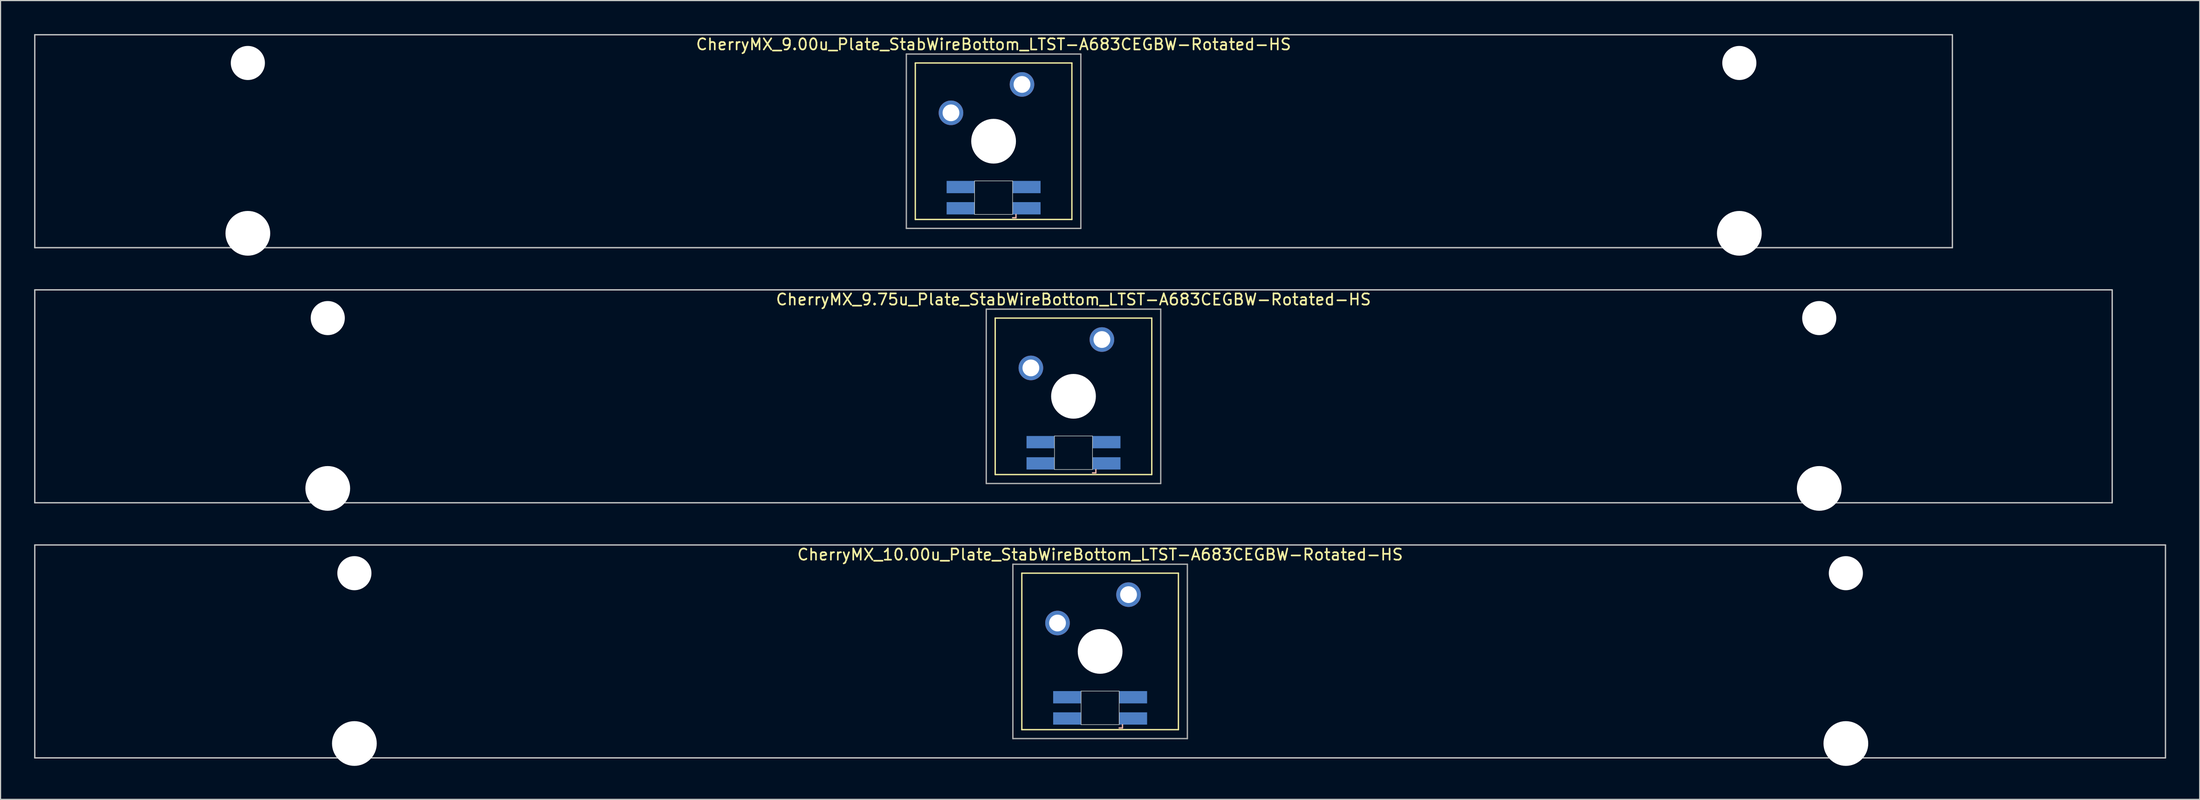
<source format=kicad_pcb>
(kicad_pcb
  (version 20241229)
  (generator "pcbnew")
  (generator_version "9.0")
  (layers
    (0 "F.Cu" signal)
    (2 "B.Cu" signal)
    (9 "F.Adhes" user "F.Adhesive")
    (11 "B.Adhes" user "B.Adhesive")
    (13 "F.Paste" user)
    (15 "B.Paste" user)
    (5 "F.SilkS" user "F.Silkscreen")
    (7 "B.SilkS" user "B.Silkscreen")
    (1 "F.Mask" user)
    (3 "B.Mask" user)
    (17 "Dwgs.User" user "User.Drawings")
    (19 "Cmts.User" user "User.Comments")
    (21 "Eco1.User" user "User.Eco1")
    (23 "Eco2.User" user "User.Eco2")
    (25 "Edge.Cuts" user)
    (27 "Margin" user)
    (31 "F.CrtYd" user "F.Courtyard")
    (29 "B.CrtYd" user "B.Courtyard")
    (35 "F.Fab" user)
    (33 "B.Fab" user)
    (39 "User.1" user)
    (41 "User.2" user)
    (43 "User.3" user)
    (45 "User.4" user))
  (footprint "CherryMX_9.75u_Plate_StabWireBottom_LTST-A683CEGBW-Rotated-HS"
    (layer "F.Cu")
    (at 92.929 32.41)
    (property "Reference" "CherryMX_9.75u_Plate_StabWireBottom_LTST-A683CEGBW-Rotated-HS" (at 0 -8.662 0) (layer "F.SilkS") (effects (font (size 1 1) (thickness 0.15))))
    (attr through_hole)
    (fp_line (start -7 -7) (end -7 7) (stroke (width 0.12) (type solid)) (layer "F.SilkS"))
    (fp_line (start -7 -7) (end 7 -7) (stroke (width 0.12) (type solid)) (layer "F.SilkS"))
    (fp_line (start 7 -7) (end 7 7) (stroke (width 0.12) (type solid)) (layer "F.SilkS"))
    (fp_line (start 7 7) (end -7 7) (stroke (width 0.12) (type solid)) (layer "F.SilkS"))
    (fp_line (start 1.7 6.85) (end 2 6.85) (stroke (width 0.12) (type solid)) (layer "B.SilkS"))
    (fp_line (start 2 6.85) (end 2 6.55) (stroke (width 0.12) (type solid)) (layer "B.SilkS"))
    (fp_line (start -92.869 -9.525) (end 92.869 -9.525) (stroke (width 0.12) (type solid)) (layer "Dwgs.User"))
    (fp_line (start -92.869 9.525) (end -92.869 -9.525) (stroke (width 0.12) (type solid)) (layer "Dwgs.User"))
    (fp_line (start 92.869 -9.525) (end 92.869 9.525) (stroke (width 0.12) (type solid)) (layer "Dwgs.User"))
    (fp_line (start 92.869 9.525) (end -92.869 9.525) (stroke (width 0.12) (type solid)) (layer "Dwgs.User"))
    (fp_line (start -1.7 3.55) (end 1.7 3.55) (stroke (width 0.05) (type solid)) (layer "Edge.Cuts"))
    (fp_line (start -1.7 6.55) (end -1.7 3.55) (stroke (width 0.05) (type solid)) (layer "Edge.Cuts"))
    (fp_line (start 1.7 3.55) (end 1.7 6.55) (stroke (width 0.05) (type solid)) (layer "Edge.Cuts"))
    (fp_line (start 1.7 6.55) (end -1.7 6.55) (stroke (width 0.05) (type solid)) (layer "Edge.Cuts"))
    (fp_line (start -7.8 -7.8) (end -7.8 7.8) (stroke (width 0.12) (type solid)) (layer "F.Fab"))
    (fp_line (start -7.8 -7.8) (end 7.8 -7.8) (stroke (width 0.12) (type solid)) (layer "F.Fab"))
    (fp_line (start -7.8 7.8) (end 7.8 7.8) (stroke (width 0.12) (type solid)) (layer "F.Fab"))
    (fp_line (start 7.8 -7.8) (end 7.8 7.8) (stroke (width 0.12) (type solid)) (layer "F.Fab"))
    (pad "" np_thru_hole circle (at -66.675 -7) (size 3.05 3.05) (drill 3.05) (layers "*.Cu" "*.Mask"))
    (pad "" np_thru_hole circle (at -66.675 8.24) (size 4 4) (drill 4) (layers "*.Cu" "*.Mask"))
    (pad "" np_thru_hole circle (at 0 0) (size 4 4) (drill 4) (layers "*.Cu" "*.Mask"))
    (pad "" np_thru_hole circle (at 66.675 -7) (size 3.05 3.05) (drill 3.05) (layers "*.Cu" "*.Mask"))
    (pad "" np_thru_hole circle (at 66.675 8.24) (size 4 4) (drill 4) (layers "*.Cu" "*.Mask"))
    (pad "1" thru_hole circle (at -3.81 -2.54) (size 2.2 2.2) (drill 1.5) (layers "*.Cu" "*.Mask"))
    (pad "2" thru_hole circle (at 2.54 -5.08) (size 2.2 2.2) (drill 1.5) (layers "*.Cu" "*.Mask"))
    (pad "3" smd rect (at 2.95 6) (size 2.5 1.1) (layers "B.Cu" "B.Mask" "B.Paste"))
    (pad "4" smd rect (at 2.95 4.1) (size 2.5 1.1) (layers "B.Cu" "B.Mask" "B.Paste"))
    (pad "5" smd rect (at -2.95 6) (size 2.5 1.1) (layers "B.Cu" "B.Mask" "B.Paste"))
    (pad "6" smd rect (at -2.95 4.1) (size 2.5 1.1) (layers "B.Cu" "B.Mask" "B.Paste")))
  (footprint "CherryMX_10.00u_Plate_StabWireBottom_LTST-A683CEGBW-Rotated-HS"
    (layer "F.Cu")
    (at 95.31 55.235)
    (property "Reference" "CherryMX_10.00u_Plate_StabWireBottom_LTST-A683CEGBW-Rotated-HS" (at 0 -8.662 0) (layer "F.SilkS") (effects (font (size 1 1) (thickness 0.15))))
    (attr through_hole)
    (fp_line (start -7 -7) (end -7 7) (stroke (width 0.12) (type solid)) (layer "F.SilkS"))
    (fp_line (start -7 -7) (end 7 -7) (stroke (width 0.12) (type solid)) (layer "F.SilkS"))
    (fp_line (start 7 -7) (end 7 7) (stroke (width 0.12) (type solid)) (layer "F.SilkS"))
    (fp_line (start 7 7) (end -7 7) (stroke (width 0.12) (type solid)) (layer "F.SilkS"))
    (fp_line (start 1.7 6.85) (end 2 6.85) (stroke (width 0.12) (type solid)) (layer "B.SilkS"))
    (fp_line (start 2 6.85) (end 2 6.55) (stroke (width 0.12) (type solid)) (layer "B.SilkS"))
    (fp_line (start -95.25 -9.525) (end 95.25 -9.525) (stroke (width 0.12) (type solid)) (layer "Dwgs.User"))
    (fp_line (start -95.25 9.525) (end -95.25 -9.525) (stroke (width 0.12) (type solid)) (layer "Dwgs.User"))
    (fp_line (start 95.25 -9.525) (end 95.25 9.525) (stroke (width 0.12) (type solid)) (layer "Dwgs.User"))
    (fp_line (start 95.25 9.525) (end -95.25 9.525) (stroke (width 0.12) (type solid)) (layer "Dwgs.User"))
    (fp_line (start -1.7 3.55) (end 1.7 3.55) (stroke (width 0.05) (type solid)) (layer "Edge.Cuts"))
    (fp_line (start -1.7 6.55) (end -1.7 3.55) (stroke (width 0.05) (type solid)) (layer "Edge.Cuts"))
    (fp_line (start 1.7 3.55) (end 1.7 6.55) (stroke (width 0.05) (type solid)) (layer "Edge.Cuts"))
    (fp_line (start 1.7 6.55) (end -1.7 6.55) (stroke (width 0.05) (type solid)) (layer "Edge.Cuts"))
    (fp_line (start -7.8 -7.8) (end -7.8 7.8) (stroke (width 0.12) (type solid)) (layer "F.Fab"))
    (fp_line (start -7.8 -7.8) (end 7.8 -7.8) (stroke (width 0.12) (type solid)) (layer "F.Fab"))
    (fp_line (start -7.8 7.8) (end 7.8 7.8) (stroke (width 0.12) (type solid)) (layer "F.Fab"))
    (fp_line (start 7.8 -7.8) (end 7.8 7.8) (stroke (width 0.12) (type solid)) (layer "F.Fab"))
    (pad "" np_thru_hole circle (at -66.675 -7) (size 3.05 3.05) (drill 3.05) (layers "*.Cu" "*.Mask"))
    (pad "" np_thru_hole circle (at -66.675 8.24) (size 4 4) (drill 4) (layers "*.Cu" "*.Mask"))
    (pad "" np_thru_hole circle (at 0 0) (size 4 4) (drill 4) (layers "*.Cu" "*.Mask"))
    (pad "" np_thru_hole circle (at 66.675 -7) (size 3.05 3.05) (drill 3.05) (layers "*.Cu" "*.Mask"))
    (pad "" np_thru_hole circle (at 66.675 8.24) (size 4 4) (drill 4) (layers "*.Cu" "*.Mask"))
    (pad "1" thru_hole circle (at -3.81 -2.54) (size 2.2 2.2) (drill 1.5) (layers "*.Cu" "*.Mask"))
    (pad "2" thru_hole circle (at 2.54 -5.08) (size 2.2 2.2) (drill 1.5) (layers "*.Cu" "*.Mask"))
    (pad "3" smd rect (at 2.95 6) (size 2.5 1.1) (layers "B.Cu" "B.Mask" "B.Paste"))
    (pad "4" smd rect (at 2.95 4.1) (size 2.5 1.1) (layers "B.Cu" "B.Mask" "B.Paste"))
    (pad "5" smd rect (at -2.95 6) (size 2.5 1.1) (layers "B.Cu" "B.Mask" "B.Paste"))
    (pad "6" smd rect (at -2.95 4.1) (size 2.5 1.1) (layers "B.Cu" "B.Mask" "B.Paste")))
  (footprint "CherryMX_9.00u_Plate_StabWireBottom_LTST-A683CEGBW-Rotated-HS"
    (layer "F.Cu")
    (at 85.785 9.585)
    (property "Reference" "CherryMX_9.00u_Plate_StabWireBottom_LTST-A683CEGBW-Rotated-HS" (at 0 -8.662 0) (layer "F.SilkS") (effects (font (size 1 1) (thickness 0.15))))
    (attr through_hole)
    (fp_line (start -7 -7) (end -7 7) (stroke (width 0.12) (type solid)) (layer "F.SilkS"))
    (fp_line (start -7 -7) (end 7 -7) (stroke (width 0.12) (type solid)) (layer "F.SilkS"))
    (fp_line (start 7 -7) (end 7 7) (stroke (width 0.12) (type solid)) (layer "F.SilkS"))
    (fp_line (start 7 7) (end -7 7) (stroke (width 0.12) (type solid)) (layer "F.SilkS"))
    (fp_line (start 1.7 6.85) (end 2 6.85) (stroke (width 0.12) (type solid)) (layer "B.SilkS"))
    (fp_line (start 2 6.85) (end 2 6.55) (stroke (width 0.12) (type solid)) (layer "B.SilkS"))
    (fp_line (start -85.725 -9.525) (end 85.725 -9.525) (stroke (width 0.12) (type solid)) (layer "Dwgs.User"))
    (fp_line (start -85.725 9.525) (end -85.725 -9.525) (stroke (width 0.12) (type solid)) (layer "Dwgs.User"))
    (fp_line (start 85.725 -9.525) (end 85.725 9.525) (stroke (width 0.12) (type solid)) (layer "Dwgs.User"))
    (fp_line (start 85.725 9.525) (end -85.725 9.525) (stroke (width 0.12) (type solid)) (layer "Dwgs.User"))
    (fp_line (start -1.7 3.55) (end 1.7 3.55) (stroke (width 0.05) (type solid)) (layer "Edge.Cuts"))
    (fp_line (start -1.7 6.55) (end -1.7 3.55) (stroke (width 0.05) (type solid)) (layer "Edge.Cuts"))
    (fp_line (start 1.7 3.55) (end 1.7 6.55) (stroke (width 0.05) (type solid)) (layer "Edge.Cuts"))
    (fp_line (start 1.7 6.55) (end -1.7 6.55) (stroke (width 0.05) (type solid)) (layer "Edge.Cuts"))
    (fp_line (start -7.8 -7.8) (end -7.8 7.8) (stroke (width 0.12) (type solid)) (layer "F.Fab"))
    (fp_line (start -7.8 -7.8) (end 7.8 -7.8) (stroke (width 0.12) (type solid)) (layer "F.Fab"))
    (fp_line (start -7.8 7.8) (end 7.8 7.8) (stroke (width 0.12) (type solid)) (layer "F.Fab"))
    (fp_line (start 7.8 -7.8) (end 7.8 7.8) (stroke (width 0.12) (type solid)) (layer "F.Fab"))
    (pad "" np_thru_hole circle (at -66.675 -7) (size 3.05 3.05) (drill 3.05) (layers "*.Cu" "*.Mask"))
    (pad "" np_thru_hole circle (at -66.675 8.24) (size 4 4) (drill 4) (layers "*.Cu" "*.Mask"))
    (pad "" np_thru_hole circle (at 0 0) (size 4 4) (drill 4) (layers "*.Cu" "*.Mask"))
    (pad "" np_thru_hole circle (at 66.675 -7) (size 3.05 3.05) (drill 3.05) (layers "*.Cu" "*.Mask"))
    (pad "" np_thru_hole circle (at 66.675 8.24) (size 4 4) (drill 4) (layers "*.Cu" "*.Mask"))
    (pad "1" thru_hole circle (at -3.81 -2.54) (size 2.2 2.2) (drill 1.5) (layers "*.Cu" "*.Mask"))
    (pad "2" thru_hole circle (at 2.54 -5.08) (size 2.2 2.2) (drill 1.5) (layers "*.Cu" "*.Mask"))
    (pad "3" smd rect (at 2.95 6) (size 2.5 1.1) (layers "B.Cu" "B.Mask" "B.Paste"))
    (pad "4" smd rect (at 2.95 4.1) (size 2.5 1.1) (layers "B.Cu" "B.Mask" "B.Paste"))
    (pad "5" smd rect (at -2.95 6) (size 2.5 1.1) (layers "B.Cu" "B.Mask" "B.Paste"))
    (pad "6" smd rect (at -2.95 4.1) (size 2.5 1.1) (layers "B.Cu" "B.Mask" "B.Paste")))
  (gr_rect
    (start -3 -3)
    (end 193.62 68.475)
    (stroke (width 0.1) (type default))
    (fill no)
    (layer "Edge.Cuts")))
</source>
